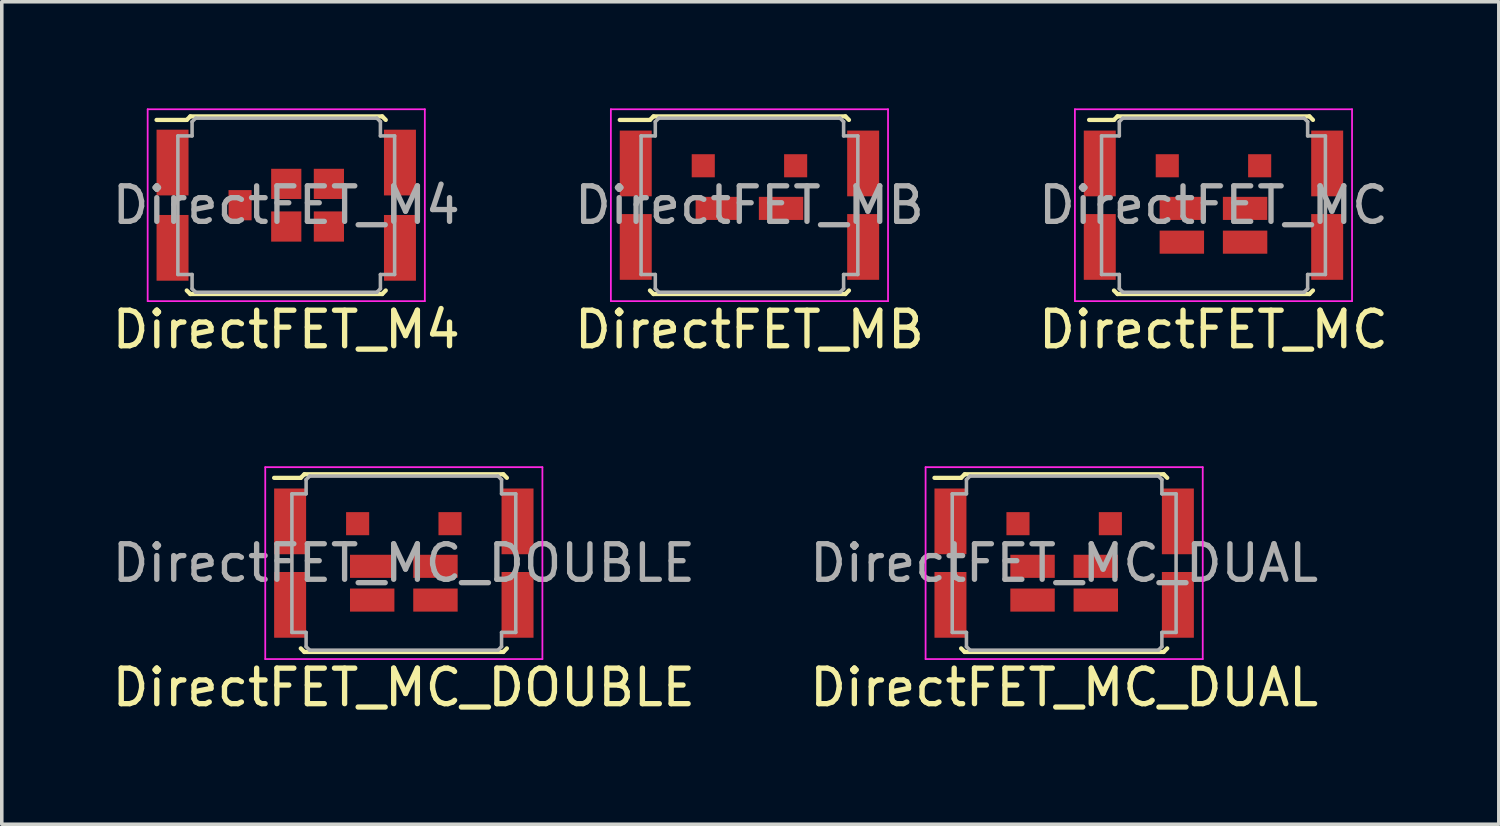
<source format=kicad_pcb>
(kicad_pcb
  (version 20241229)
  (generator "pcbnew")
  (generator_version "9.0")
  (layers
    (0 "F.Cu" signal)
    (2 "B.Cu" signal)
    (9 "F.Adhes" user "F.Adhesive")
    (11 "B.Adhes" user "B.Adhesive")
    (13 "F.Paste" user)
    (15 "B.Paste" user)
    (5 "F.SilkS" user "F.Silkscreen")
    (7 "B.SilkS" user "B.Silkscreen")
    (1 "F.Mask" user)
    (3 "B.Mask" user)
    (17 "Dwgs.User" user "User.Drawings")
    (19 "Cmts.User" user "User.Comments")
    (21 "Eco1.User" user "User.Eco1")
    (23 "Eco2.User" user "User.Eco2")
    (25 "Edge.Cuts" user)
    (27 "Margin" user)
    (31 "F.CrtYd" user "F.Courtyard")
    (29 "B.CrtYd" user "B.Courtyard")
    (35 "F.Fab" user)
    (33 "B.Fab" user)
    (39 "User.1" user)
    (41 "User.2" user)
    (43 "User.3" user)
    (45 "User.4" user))
  (footprint "DirectFET_MC_DUAL"
    (layer "F.Cu")
    (at 26.899 12.798)
    (property "Reference" "DirectFET_MC_DUAL" (at 0 3.5 0) (layer "F.SilkS") (effects (font (size 1 1) (thickness 0.15))))
    (attr smd)
    (fp_line (start -3.65 -2.4) (end -2.9 -2.4) (stroke (width 0.12) (type solid)) (layer "F.SilkS"))
    (fp_line (start -2.9 -2.4) (end -2.8 -2.5) (stroke (width 0.12) (type solid)) (layer "F.SilkS"))
    (fp_line (start -2.8 -2.5) (end 2.8 -2.5) (stroke (width 0.12) (type solid)) (layer "F.SilkS"))
    (fp_line (start -2.8 2.5) (end -2.9 2.4) (stroke (width 0.12) (type solid)) (layer "F.SilkS"))
    (fp_line (start 2.8 -2.5) (end 2.9 -2.4) (stroke (width 0.12) (type solid)) (layer "F.SilkS"))
    (fp_line (start 2.8 2.5) (end -2.8 2.5) (stroke (width 0.12) (type solid)) (layer "F.SilkS"))
    (fp_line (start 2.9 2.4) (end 2.8 2.5) (stroke (width 0.12) (type solid)) (layer "F.SilkS"))
    (fp_line (start -3.9 -2.7) (end -3.9 2.7) (stroke (width 0.05) (type solid)) (layer "F.CrtYd"))
    (fp_line (start -3.9 2.7) (end 3.9 2.7) (stroke (width 0.05) (type solid)) (layer "F.CrtYd"))
    (fp_line (start 3.9 -2.7) (end -3.9 -2.7) (stroke (width 0.05) (type solid)) (layer "F.CrtYd"))
    (fp_line (start 3.9 2.7) (end 3.9 -2.7) (stroke (width 0.05) (type solid)) (layer "F.CrtYd"))
    (fp_line (start -3.15 -1.95) (end -2.75 -1.95) (stroke (width 0.1) (type solid)) (layer "F.Fab"))
    (fp_line (start -3.15 1.95) (end -3.15 -1.95) (stroke (width 0.1) (type solid)) (layer "F.Fab"))
    (fp_line (start -3.15 1.95) (end -2.75 1.95) (stroke (width 0.1) (type solid)) (layer "F.Fab"))
    (fp_line (start -2.75 -2.35) (end -2.65 -2.45) (stroke (width 0.1) (type solid)) (layer "F.Fab"))
    (fp_line (start -2.75 -1.95) (end -2.75 -2.35) (stroke (width 0.1) (type solid)) (layer "F.Fab"))
    (fp_line (start -2.75 1.95) (end -2.75 2.35) (stroke (width 0.1) (type solid)) (layer "F.Fab"))
    (fp_line (start -2.75 2.35) (end -2.65 2.45) (stroke (width 0.1) (type solid)) (layer "F.Fab"))
    (fp_line (start -2.65 2.45) (end 2.65 2.45) (stroke (width 0.1) (type solid)) (layer "F.Fab"))
    (fp_line (start 2.65 -2.45) (end -2.65 -2.45) (stroke (width 0.1) (type solid)) (layer "F.Fab"))
    (fp_line (start 2.65 -2.45) (end 2.75 -2.35) (stroke (width 0.1) (type solid)) (layer "F.Fab"))
    (fp_line (start 2.75 -2.35) (end 2.75 -1.95) (stroke (width 0.1) (type solid)) (layer "F.Fab"))
    (fp_line (start 2.75 -1.95) (end 3.15 -1.95) (stroke (width 0.1) (type solid)) (layer "F.Fab"))
    (fp_line (start 2.75 1.95) (end 2.75 2.35) (stroke (width 0.1) (type solid)) (layer "F.Fab"))
    (fp_line (start 2.75 2.35) (end 2.65 2.45) (stroke (width 0.1) (type solid)) (layer "F.Fab"))
    (fp_line (start 3.15 -1.95) (end 3.15 1.95) (stroke (width 0.1) (type solid)) (layer "F.Fab"))
    (fp_line (start 3.15 1.95) (end 2.75 1.95) (stroke (width 0.1) (type solid)) (layer "F.Fab"))
    (fp_text user "${REFERENCE}" (at 0 0 0) (layer "F.Fab") (effects (font (size 1 1) (thickness 0.15))))
    (pad "1" smd rect (at -3.2 -1.175) (size 0.9 1.85) (layers "F.Cu" "F.Mask" "F.Paste"))
    (pad "1" smd rect (at -3.2 1.175) (size 0.9 1.85) (layers "F.Cu" "F.Mask" "F.Paste"))
    (pad "1" smd rect (at 3.2 -1.175) (size 0.9 1.85) (layers "F.Cu" "F.Mask" "F.Paste"))
    (pad "1" smd rect (at 3.2 1.175) (size 0.9 1.85) (layers "F.Cu" "F.Mask" "F.Paste"))
    (pad "2" smd rect (at -1.3 -1.11) (size 0.65 0.65) (layers "F.Cu" "F.Mask" "F.Paste"))
    (pad "3" smd rect (at -0.89 0.09) (size 1.25 0.65) (layers "F.Cu" "F.Mask" "F.Paste"))
    (pad "3" smd rect (at -0.89 1.04) (size 1.25 0.65) (layers "F.Cu" "F.Mask" "F.Paste"))
    (pad "4" smd rect (at 1.3 -1.11) (size 0.65 0.65) (layers "F.Cu" "F.Mask" "F.Paste"))
    (pad "5" smd rect (at 0.89 0.09) (size 1.25 0.65) (layers "F.Cu" "F.Mask" "F.Paste"))
    (pad "5" smd rect (at 0.89 1.04) (size 1.25 0.65) (layers "F.Cu" "F.Mask" "F.Paste")))
  (footprint "DirectFET_MC_DOUBLE"
    (layer "F.Cu")
    (at 8.315 12.798)
    (property "Reference" "DirectFET_MC_DOUBLE" (at 0 3.5 0) (layer "F.SilkS") (effects (font (size 1 1) (thickness 0.15))))
    (attr smd)
    (fp_line (start -3.65 -2.4) (end -2.9 -2.4) (stroke (width 0.12) (type solid)) (layer "F.SilkS"))
    (fp_line (start -2.9 -2.4) (end -2.8 -2.5) (stroke (width 0.12) (type solid)) (layer "F.SilkS"))
    (fp_line (start -2.8 -2.5) (end 2.8 -2.5) (stroke (width 0.12) (type solid)) (layer "F.SilkS"))
    (fp_line (start -2.8 2.5) (end -2.9 2.4) (stroke (width 0.12) (type solid)) (layer "F.SilkS"))
    (fp_line (start 2.8 -2.5) (end 2.9 -2.4) (stroke (width 0.12) (type solid)) (layer "F.SilkS"))
    (fp_line (start 2.8 2.5) (end -2.8 2.5) (stroke (width 0.12) (type solid)) (layer "F.SilkS"))
    (fp_line (start 2.9 2.4) (end 2.8 2.5) (stroke (width 0.12) (type solid)) (layer "F.SilkS"))
    (fp_line (start -3.9 -2.7) (end -3.9 2.7) (stroke (width 0.05) (type solid)) (layer "F.CrtYd"))
    (fp_line (start -3.9 2.7) (end 3.9 2.7) (stroke (width 0.05) (type solid)) (layer "F.CrtYd"))
    (fp_line (start 3.9 -2.7) (end -3.9 -2.7) (stroke (width 0.05) (type solid)) (layer "F.CrtYd"))
    (fp_line (start 3.9 2.7) (end 3.9 -2.7) (stroke (width 0.05) (type solid)) (layer "F.CrtYd"))
    (fp_line (start -3.15 -1.95) (end -2.75 -1.95) (stroke (width 0.1) (type solid)) (layer "F.Fab"))
    (fp_line (start -3.15 1.95) (end -3.15 -1.95) (stroke (width 0.1) (type solid)) (layer "F.Fab"))
    (fp_line (start -3.15 1.95) (end -2.75 1.95) (stroke (width 0.1) (type solid)) (layer "F.Fab"))
    (fp_line (start -2.75 -2.35) (end -2.65 -2.45) (stroke (width 0.1) (type solid)) (layer "F.Fab"))
    (fp_line (start -2.75 -1.95) (end -2.75 -2.35) (stroke (width 0.1) (type solid)) (layer "F.Fab"))
    (fp_line (start -2.75 1.95) (end -2.75 2.35) (stroke (width 0.1) (type solid)) (layer "F.Fab"))
    (fp_line (start -2.75 2.35) (end -2.65 2.45) (stroke (width 0.1) (type solid)) (layer "F.Fab"))
    (fp_line (start -2.65 2.45) (end 2.65 2.45) (stroke (width 0.1) (type solid)) (layer "F.Fab"))
    (fp_line (start 2.65 -2.45) (end -2.65 -2.45) (stroke (width 0.1) (type solid)) (layer "F.Fab"))
    (fp_line (start 2.65 -2.45) (end 2.75 -2.35) (stroke (width 0.1) (type solid)) (layer "F.Fab"))
    (fp_line (start 2.75 -2.35) (end 2.75 -1.95) (stroke (width 0.1) (type solid)) (layer "F.Fab"))
    (fp_line (start 2.75 -1.95) (end 3.15 -1.95) (stroke (width 0.1) (type solid)) (layer "F.Fab"))
    (fp_line (start 2.75 1.95) (end 2.75 2.35) (stroke (width 0.1) (type solid)) (layer "F.Fab"))
    (fp_line (start 2.75 2.35) (end 2.65 2.45) (stroke (width 0.1) (type solid)) (layer "F.Fab"))
    (fp_line (start 3.15 -1.95) (end 3.15 1.95) (stroke (width 0.1) (type solid)) (layer "F.Fab"))
    (fp_line (start 3.15 1.95) (end 2.75 1.95) (stroke (width 0.1) (type solid)) (layer "F.Fab"))
    (fp_text user "${REFERENCE}" (at 0 0 0) (layer "F.Fab") (effects (font (size 1 1) (thickness 0.15))))
    (pad "1" smd rect (at -3.2 -1.175) (size 0.9 1.85) (layers "F.Cu" "F.Mask" "F.Paste"))
    (pad "1" smd rect (at -3.2 1.175) (size 0.9 1.85) (layers "F.Cu" "F.Mask" "F.Paste"))
    (pad "1" smd rect (at 3.2 -1.175) (size 0.9 1.85) (layers "F.Cu" "F.Mask" "F.Paste"))
    (pad "1" smd rect (at 3.2 1.175) (size 0.9 1.85) (layers "F.Cu" "F.Mask" "F.Paste"))
    (pad "2" smd rect (at -1.3 -1.11) (size 0.65 0.65) (layers "F.Cu" "F.Mask" "F.Paste"))
    (pad "3" smd rect (at -0.89 0.09) (size 1.25 0.65) (layers "F.Cu" "F.Mask" "F.Paste"))
    (pad "3" smd rect (at -0.89 1.04) (size 1.25 0.65) (layers "F.Cu" "F.Mask" "F.Paste"))
    (pad "4" smd rect (at 1.3 -1.11) (size 0.65 0.65) (layers "F.Cu" "F.Mask" "F.Paste"))
    (pad "5" smd rect (at 0.89 0.09) (size 1.25 0.65) (layers "F.Cu" "F.Mask" "F.Paste"))
    (pad "5" smd rect (at 0.89 1.04) (size 1.25 0.65) (layers "F.Cu" "F.Mask" "F.Paste")))
  (footprint "DirectFET_M4"
    (layer "F.Cu")
    (at 5.006 2.725)
    (property "Reference" "DirectFET_M4" (at 0 3.5 0) (layer "F.SilkS") (effects (font (size 1 1) (thickness 0.15))))
    (attr smd)
    (fp_line (start -3.65 -2.4) (end -2.8 -2.4) (stroke (width 0.12) (type solid)) (layer "F.SilkS"))
    (fp_line (start -2.8 -2.4) (end -2.7 -2.5) (stroke (width 0.12) (type solid)) (layer "F.SilkS"))
    (fp_line (start -2.7 -2.5) (end 2.7 -2.5) (stroke (width 0.12) (type solid)) (layer "F.SilkS"))
    (fp_line (start -2.7 2.5) (end -2.8 2.4) (stroke (width 0.12) (type solid)) (layer "F.SilkS"))
    (fp_line (start 2.7 -2.5) (end 2.8 -2.4) (stroke (width 0.12) (type solid)) (layer "F.SilkS"))
    (fp_line (start 2.7 2.5) (end -2.7 2.5) (stroke (width 0.12) (type solid)) (layer "F.SilkS"))
    (fp_line (start 2.8 2.4) (end 2.7 2.5) (stroke (width 0.12) (type solid)) (layer "F.SilkS"))
    (fp_line (start -3.9 -2.7) (end -3.9 2.7) (stroke (width 0.05) (type solid)) (layer "F.CrtYd"))
    (fp_line (start -3.9 2.7) (end 3.9 2.7) (stroke (width 0.05) (type solid)) (layer "F.CrtYd"))
    (fp_line (start 3.9 -2.7) (end -3.9 -2.7) (stroke (width 0.05) (type solid)) (layer "F.CrtYd"))
    (fp_line (start 3.9 2.7) (end 3.9 -2.7) (stroke (width 0.05) (type solid)) (layer "F.CrtYd"))
    (fp_line (start -3.05 -1.95) (end -2.65 -1.95) (stroke (width 0.1) (type solid)) (layer "F.Fab"))
    (fp_line (start -3.05 1.95) (end -3.05 -1.95) (stroke (width 0.1) (type solid)) (layer "F.Fab"))
    (fp_line (start -3.05 1.95) (end -2.65 1.95) (stroke (width 0.1) (type solid)) (layer "F.Fab"))
    (fp_line (start -2.65 -2.35) (end -2.55 -2.45) (stroke (width 0.1) (type solid)) (layer "F.Fab"))
    (fp_line (start -2.65 -1.95) (end -2.65 -2.35) (stroke (width 0.1) (type solid)) (layer "F.Fab"))
    (fp_line (start -2.65 1.95) (end -2.65 2.35) (stroke (width 0.1) (type solid)) (layer "F.Fab"))
    (fp_line (start -2.65 2.35) (end -2.55 2.45) (stroke (width 0.1) (type solid)) (layer "F.Fab"))
    (fp_line (start -2.55 2.45) (end 2.55 2.45) (stroke (width 0.1) (type solid)) (layer "F.Fab"))
    (fp_line (start 2.55 -2.45) (end -2.55 -2.45) (stroke (width 0.1) (type solid)) (layer "F.Fab"))
    (fp_line (start 2.55 -2.45) (end 2.65 -2.35) (stroke (width 0.1) (type solid)) (layer "F.Fab"))
    (fp_line (start 2.65 -2.35) (end 2.65 -1.95) (stroke (width 0.1) (type solid)) (layer "F.Fab"))
    (fp_line (start 2.65 -1.95) (end 3.05 -1.95) (stroke (width 0.1) (type solid)) (layer "F.Fab"))
    (fp_line (start 2.65 1.95) (end 2.65 2.35) (stroke (width 0.1) (type solid)) (layer "F.Fab"))
    (fp_line (start 2.65 2.35) (end 2.55 2.45) (stroke (width 0.1) (type solid)) (layer "F.Fab"))
    (fp_line (start 3.05 -1.95) (end 3.05 1.95) (stroke (width 0.1) (type solid)) (layer "F.Fab"))
    (fp_line (start 3.05 1.95) (end 2.65 1.95) (stroke (width 0.1) (type solid)) (layer "F.Fab"))
    (fp_text user "${REFERENCE}" (at 0 0 0) (layer "F.Fab") (effects (font (size 1 1) (thickness 0.15))))
    (pad "1" smd rect (at -3.2 -1.2) (size 0.9 1.85) (layers "F.Cu" "F.Mask" "F.Paste"))
    (pad "1" smd rect (at -3.2 1.2) (size 0.9 1.85) (layers "F.Cu" "F.Mask" "F.Paste"))
    (pad "1" smd rect (at 3.2 -1.2) (size 0.9 1.85) (layers "F.Cu" "F.Mask" "F.Paste"))
    (pad "1" smd rect (at 3.2 1.2) (size 0.9 1.85) (layers "F.Cu" "F.Mask" "F.Paste"))
    (pad "2" smd rect (at -1.3 0) (size 0.65 0.85) (layers "F.Cu" "F.Mask" "F.Paste"))
    (pad "3" smd rect (at 0 -0.6) (size 0.85 0.85) (layers "F.Cu" "F.Mask" "F.Paste"))
    (pad "3" smd rect (at 0 0.6) (size 0.85 0.85) (layers "F.Cu" "F.Mask" "F.Paste"))
    (pad "3" smd rect (at 1.2 -0.6) (size 0.85 0.85) (layers "F.Cu" "F.Mask" "F.Paste"))
    (pad "3" smd rect (at 1.2 0.6) (size 0.85 0.85) (layers "F.Cu" "F.Mask" "F.Paste")))
  (footprint "DirectFET_MC"
    (layer "F.Cu")
    (at 31.101 2.725)
    (property "Reference" "DirectFET_MC" (at 0 3.5 0) (layer "F.SilkS") (effects (font (size 1 1) (thickness 0.15))))
    (attr smd)
    (fp_line (start -3.5 -2.4) (end -2.8 -2.4) (stroke (width 0.12) (type solid)) (layer "F.SilkS"))
    (fp_line (start -2.8 -2.4) (end -2.7 -2.5) (stroke (width 0.12) (type solid)) (layer "F.SilkS"))
    (fp_line (start -2.7 -2.5) (end 2.7 -2.5) (stroke (width 0.12) (type solid)) (layer "F.SilkS"))
    (fp_line (start -2.7 2.5) (end -2.8 2.4) (stroke (width 0.12) (type solid)) (layer "F.SilkS"))
    (fp_line (start 2.7 -2.5) (end 2.8 -2.4) (stroke (width 0.12) (type solid)) (layer "F.SilkS"))
    (fp_line (start 2.7 2.5) (end -2.7 2.5) (stroke (width 0.12) (type solid)) (layer "F.SilkS"))
    (fp_line (start 2.8 2.4) (end 2.7 2.5) (stroke (width 0.12) (type solid)) (layer "F.SilkS"))
    (fp_line (start -3.9 -2.7) (end -3.9 2.7) (stroke (width 0.05) (type solid)) (layer "F.CrtYd"))
    (fp_line (start -3.9 2.7) (end 3.9 2.7) (stroke (width 0.05) (type solid)) (layer "F.CrtYd"))
    (fp_line (start 3.9 -2.7) (end -3.9 -2.7) (stroke (width 0.05) (type solid)) (layer "F.CrtYd"))
    (fp_line (start 3.9 2.7) (end 3.9 -2.7) (stroke (width 0.05) (type solid)) (layer "F.CrtYd"))
    (fp_line (start -3.15 -1.95) (end -2.65 -1.95) (stroke (width 0.1) (type solid)) (layer "F.Fab"))
    (fp_line (start -3.15 1.95) (end -3.15 -1.95) (stroke (width 0.1) (type solid)) (layer "F.Fab"))
    (fp_line (start -3.15 1.95) (end -2.65 1.95) (stroke (width 0.1) (type solid)) (layer "F.Fab"))
    (fp_line (start -2.65 -2.35) (end -2.55 -2.45) (stroke (width 0.1) (type solid)) (layer "F.Fab"))
    (fp_line (start -2.65 -1.95) (end -2.65 -2.35) (stroke (width 0.1) (type solid)) (layer "F.Fab"))
    (fp_line (start -2.65 1.95) (end -2.65 2.35) (stroke (width 0.1) (type solid)) (layer "F.Fab"))
    (fp_line (start -2.65 2.35) (end -2.55 2.45) (stroke (width 0.1) (type solid)) (layer "F.Fab"))
    (fp_line (start -2.55 2.45) (end 2.55 2.45) (stroke (width 0.1) (type solid)) (layer "F.Fab"))
    (fp_line (start 2.55 -2.45) (end -2.55 -2.45) (stroke (width 0.1) (type solid)) (layer "F.Fab"))
    (fp_line (start 2.55 -2.45) (end 2.65 -2.35) (stroke (width 0.1) (type solid)) (layer "F.Fab"))
    (fp_line (start 2.65 -2.35) (end 2.65 -1.95) (stroke (width 0.1) (type solid)) (layer "F.Fab"))
    (fp_line (start 2.65 -1.95) (end 3.15 -1.95) (stroke (width 0.1) (type solid)) (layer "F.Fab"))
    (fp_line (start 2.65 1.95) (end 2.65 2.35) (stroke (width 0.1) (type solid)) (layer "F.Fab"))
    (fp_line (start 2.65 2.35) (end 2.55 2.45) (stroke (width 0.1) (type solid)) (layer "F.Fab"))
    (fp_line (start 3.15 -1.95) (end 3.15 1.95) (stroke (width 0.1) (type solid)) (layer "F.Fab"))
    (fp_line (start 3.15 1.95) (end 2.65 1.95) (stroke (width 0.1) (type solid)) (layer "F.Fab"))
    (fp_text user "${REFERENCE}" (at 0 0 0) (layer "F.Fab") (effects (font (size 1 1) (thickness 0.15))))
    (pad "1" smd rect (at -3.2 -1.175) (size 0.9 1.85) (layers "F.Cu" "F.Mask" "F.Paste"))
    (pad "1" smd rect (at -3.2 1.175) (size 0.9 1.85) (layers "F.Cu" "F.Mask" "F.Paste"))
    (pad "1" smd rect (at 3.2 -1.175) (size 0.9 1.85) (layers "F.Cu" "F.Mask" "F.Paste"))
    (pad "1" smd rect (at 3.2 1.175) (size 0.9 1.85) (layers "F.Cu" "F.Mask" "F.Paste"))
    (pad "2" smd rect (at -1.3 -1.11) (size 0.65 0.65) (layers "F.Cu" "F.Mask" "F.Paste"))
    (pad "2" smd rect (at 1.3 -1.11) (size 0.65 0.65) (layers "F.Cu" "F.Mask" "F.Paste"))
    (pad "3" smd rect (at -0.89 0.09) (size 1.25 0.65) (layers "F.Cu" "F.Mask" "F.Paste"))
    (pad "3" smd rect (at -0.89 1.04) (size 1.25 0.65) (layers "F.Cu" "F.Mask" "F.Paste"))
    (pad "3" smd rect (at 0.89 0.09) (size 1.25 0.65) (layers "F.Cu" "F.Mask" "F.Paste"))
    (pad "3" smd rect (at 0.89 1.04) (size 1.25 0.65) (layers "F.Cu" "F.Mask" "F.Paste")))
  (footprint "DirectFET_MB"
    (layer "F.Cu")
    (at 18.042 2.725)
    (property "Reference" "DirectFET_MB" (at 0 3.5 0) (layer "F.SilkS") (effects (font (size 1 1) (thickness 0.15))))
    (attr smd)
    (fp_line (start -3.65 -2.4) (end -2.8 -2.4) (stroke (width 0.12) (type solid)) (layer "F.SilkS"))
    (fp_line (start -2.8 -2.4) (end -2.7 -2.5) (stroke (width 0.12) (type solid)) (layer "F.SilkS"))
    (fp_line (start -2.7 -2.5) (end 2.7 -2.5) (stroke (width 0.12) (type solid)) (layer "F.SilkS"))
    (fp_line (start -2.7 2.5) (end -2.8 2.4) (stroke (width 0.12) (type solid)) (layer "F.SilkS"))
    (fp_line (start 2.7 -2.5) (end 2.8 -2.4) (stroke (width 0.12) (type solid)) (layer "F.SilkS"))
    (fp_line (start 2.7 2.5) (end -2.7 2.5) (stroke (width 0.12) (type solid)) (layer "F.SilkS"))
    (fp_line (start 2.8 2.4) (end 2.7 2.5) (stroke (width 0.12) (type solid)) (layer "F.SilkS"))
    (fp_line (start -3.9 -2.7) (end -3.9 2.7) (stroke (width 0.05) (type solid)) (layer "F.CrtYd"))
    (fp_line (start -3.9 2.7) (end 3.9 2.7) (stroke (width 0.05) (type solid)) (layer "F.CrtYd"))
    (fp_line (start 3.9 -2.7) (end -3.9 -2.7) (stroke (width 0.05) (type solid)) (layer "F.CrtYd"))
    (fp_line (start 3.9 2.7) (end 3.9 -2.7) (stroke (width 0.05) (type solid)) (layer "F.CrtYd"))
    (fp_line (start -3.05 -1.95) (end -2.65 -1.95) (stroke (width 0.1) (type solid)) (layer "F.Fab"))
    (fp_line (start -3.05 1.95) (end -3.05 -1.95) (stroke (width 0.1) (type solid)) (layer "F.Fab"))
    (fp_line (start -3.05 1.95) (end -2.65 1.95) (stroke (width 0.1) (type solid)) (layer "F.Fab"))
    (fp_line (start -2.65 -2.35) (end -2.55 -2.45) (stroke (width 0.1) (type solid)) (layer "F.Fab"))
    (fp_line (start -2.65 -1.95) (end -2.65 -2.35) (stroke (width 0.1) (type solid)) (layer "F.Fab"))
    (fp_line (start -2.65 1.95) (end -2.65 2.35) (stroke (width 0.1) (type solid)) (layer "F.Fab"))
    (fp_line (start -2.65 2.35) (end -2.55 2.45) (stroke (width 0.1) (type solid)) (layer "F.Fab"))
    (fp_line (start -2.55 2.45) (end 2.55 2.45) (stroke (width 0.1) (type solid)) (layer "F.Fab"))
    (fp_line (start 2.55 -2.45) (end -2.55 -2.45) (stroke (width 0.1) (type solid)) (layer "F.Fab"))
    (fp_line (start 2.55 -2.45) (end 2.65 -2.35) (stroke (width 0.1) (type solid)) (layer "F.Fab"))
    (fp_line (start 2.65 -2.35) (end 2.65 -1.95) (stroke (width 0.1) (type solid)) (layer "F.Fab"))
    (fp_line (start 2.65 -1.95) (end 3.05 -1.95) (stroke (width 0.1) (type solid)) (layer "F.Fab"))
    (fp_line (start 2.65 1.95) (end 2.65 2.35) (stroke (width 0.1) (type solid)) (layer "F.Fab"))
    (fp_line (start 2.65 2.35) (end 2.55 2.45) (stroke (width 0.1) (type solid)) (layer "F.Fab"))
    (fp_line (start 3.05 -1.95) (end 3.05 1.95) (stroke (width 0.1) (type solid)) (layer "F.Fab"))
    (fp_line (start 3.05 1.95) (end 2.65 1.95) (stroke (width 0.1) (type solid)) (layer "F.Fab"))
    (fp_text user "${REFERENCE}" (at 0 0 0) (layer "F.Fab") (effects (font (size 1 1) (thickness 0.15))))
    (pad "1" smd rect (at -3.2 -1.175) (size 0.9 1.85) (layers "F.Cu" "F.Mask" "F.Paste"))
    (pad "1" smd rect (at -3.2 1.175) (size 0.9 1.85) (layers "F.Cu" "F.Mask" "F.Paste"))
    (pad "1" smd rect (at 3.2 -1.175) (size 0.9 1.85) (layers "F.Cu" "F.Mask" "F.Paste"))
    (pad "1" smd rect (at 3.2 1.175) (size 0.9 1.85) (layers "F.Cu" "F.Mask" "F.Paste"))
    (pad "2" smd rect (at -1.3 -1.11) (size 0.65 0.65) (layers "F.Cu" "F.Mask" "F.Paste"))
    (pad "2" smd rect (at 1.3 -1.11) (size 0.65 0.65) (layers "F.Cu" "F.Mask" "F.Paste"))
    (pad "3" smd rect (at -0.89 0.09) (size 1.25 0.65) (layers "F.Cu" "F.Mask" "F.Paste"))
    (pad "3" smd rect (at 0.89 0.09) (size 1.25 0.65) (layers "F.Cu" "F.Mask" "F.Paste")))
  (gr_rect
    (start -3 -3)
    (end 39.131 20.146)
    (stroke (width 0.1) (type default))
    (fill no)
    (layer "Edge.Cuts")))
</source>
